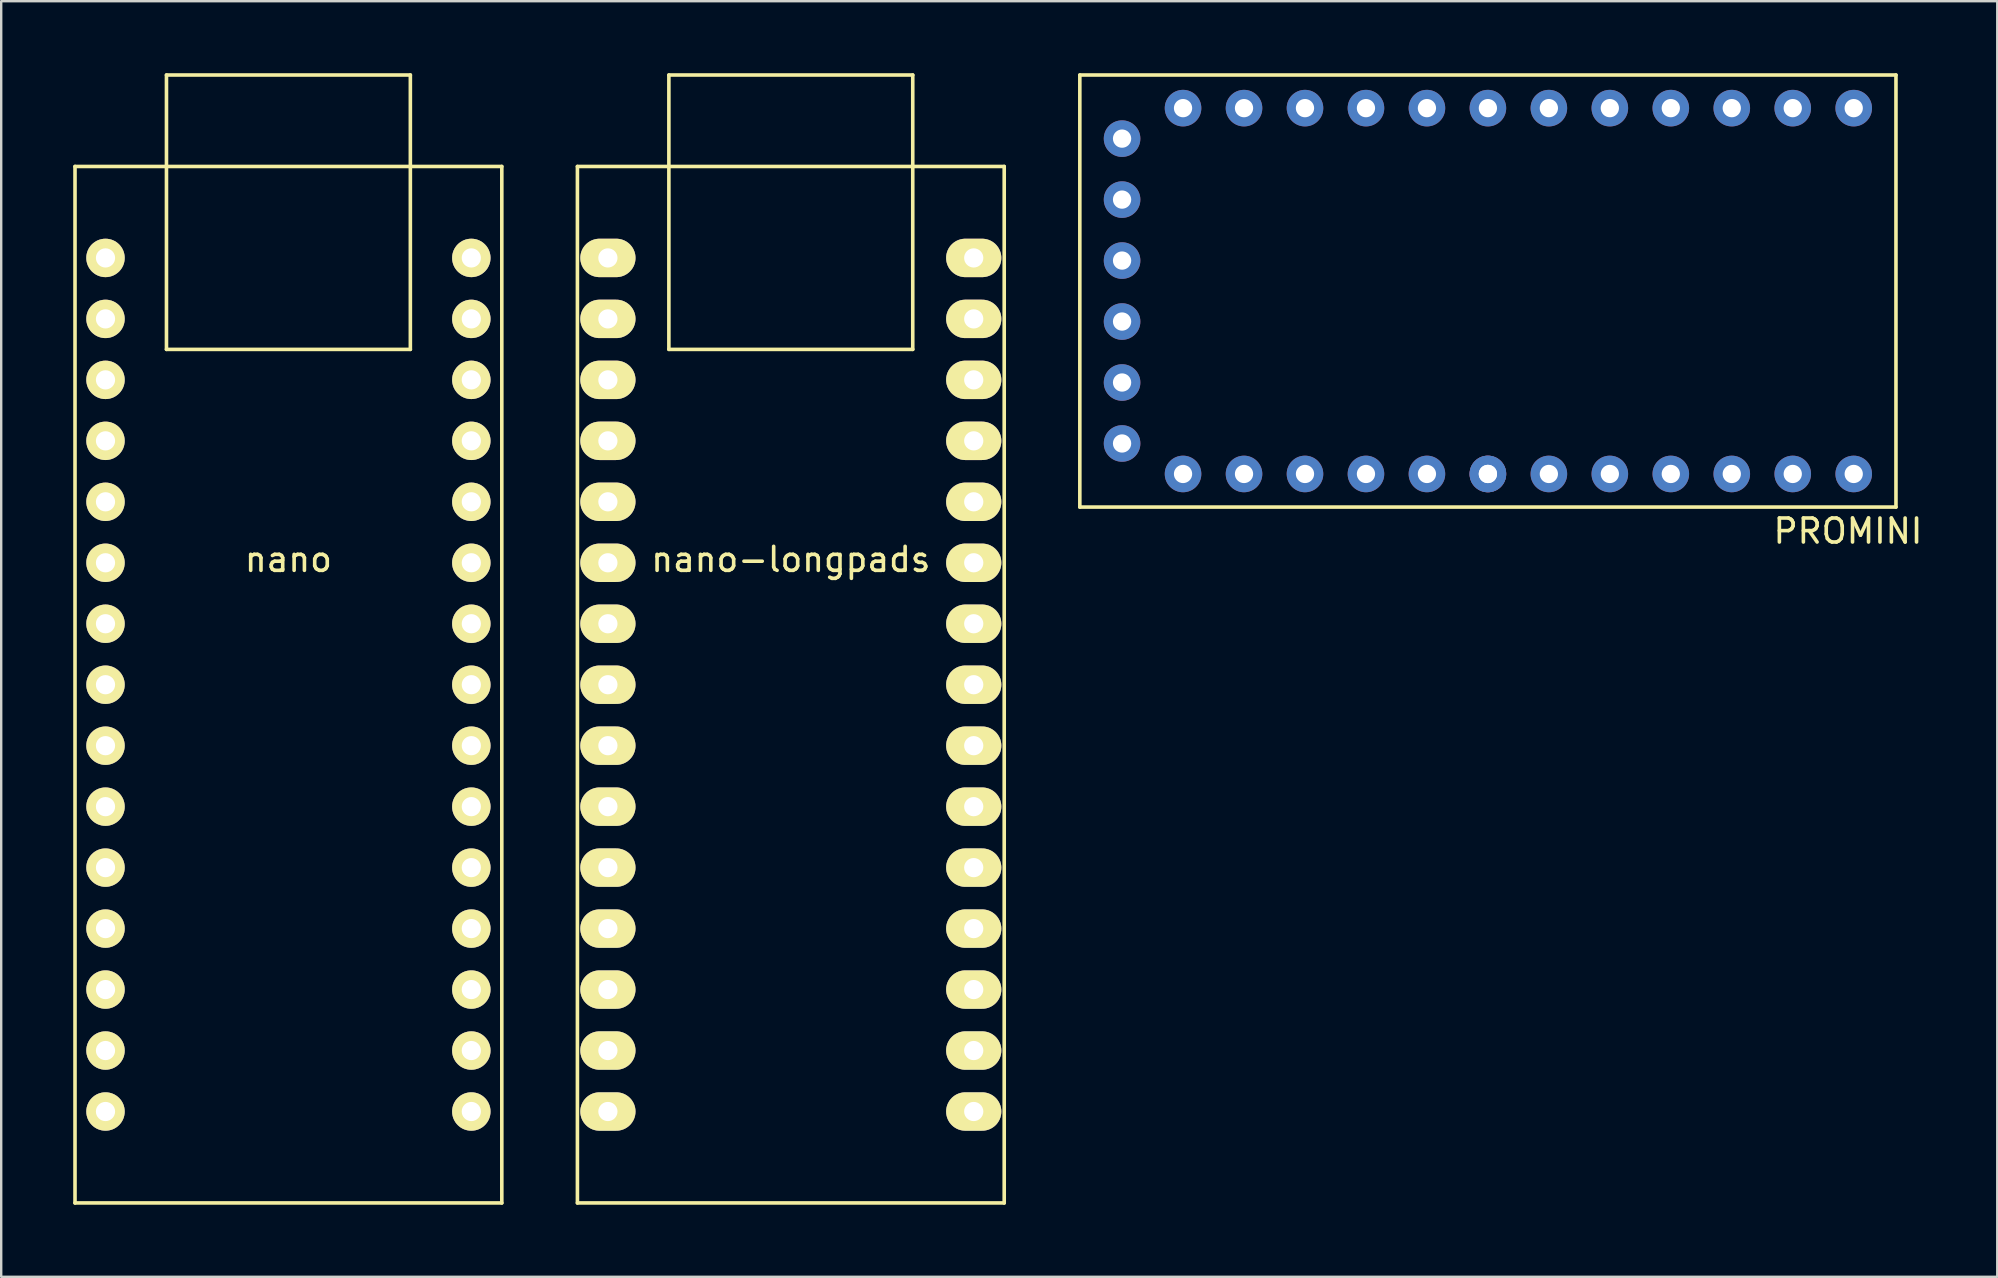
<source format=kicad_pcb>
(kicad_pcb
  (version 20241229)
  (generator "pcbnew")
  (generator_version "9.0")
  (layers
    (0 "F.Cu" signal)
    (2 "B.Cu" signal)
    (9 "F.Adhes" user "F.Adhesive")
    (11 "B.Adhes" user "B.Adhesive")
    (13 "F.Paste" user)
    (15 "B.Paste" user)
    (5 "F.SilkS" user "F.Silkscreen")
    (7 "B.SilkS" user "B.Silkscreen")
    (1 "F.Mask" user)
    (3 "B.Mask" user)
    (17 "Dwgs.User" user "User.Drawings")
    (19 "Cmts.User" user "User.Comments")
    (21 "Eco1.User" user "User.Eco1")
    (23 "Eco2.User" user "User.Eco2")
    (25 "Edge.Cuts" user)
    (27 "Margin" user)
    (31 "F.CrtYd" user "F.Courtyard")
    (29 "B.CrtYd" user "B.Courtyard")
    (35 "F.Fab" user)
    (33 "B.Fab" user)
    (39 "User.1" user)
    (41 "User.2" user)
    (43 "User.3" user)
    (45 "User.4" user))
  (footprint "PROMINI"
    (layer "F.Cu")
    (at 58.935 9.075)
    (property "Reference" "PROMINI" (at 15 10 0) (layer "F.SilkS") (effects (font (size 1 1) (thickness 0.15))))
    (attr through_hole)
    (fp_line (start -17 -9) (end 17 -9) (stroke (width 0.15) (type solid)) (layer "F.SilkS"))
    (fp_line (start -17 9) (end -17 -9) (stroke (width 0.15) (type solid)) (layer "F.SilkS"))
    (fp_line (start 17 -9) (end 17 9) (stroke (width 0.15) (type solid)) (layer "F.SilkS"))
    (fp_line (start 17 9) (end -17 9) (stroke (width 0.15) (type solid)) (layer "F.SilkS"))
    (pad "1" thru_hole circle (at 15.24 -7.62) (size 1.524 1.524) (drill 0.762) (layers "*.Cu" "*.Mask"))
    (pad "2" thru_hole circle (at 12.7 -7.62) (size 1.524 1.524) (drill 0.762) (layers "*.Cu" "*.Mask"))
    (pad "3" thru_hole circle (at 10.16 -7.62) (size 1.524 1.524) (drill 0.762) (layers "*.Cu" "*.Mask"))
    (pad "4" thru_hole circle (at 7.62 -7.62) (size 1.524 1.524) (drill 0.762) (layers "*.Cu" "*.Mask"))
    (pad "5" thru_hole circle (at 5.08 -7.62) (size 1.524 1.524) (drill 0.762) (layers "*.Cu" "*.Mask"))
    (pad "6" thru_hole circle (at 2.54 -7.62) (size 1.524 1.524) (drill 0.762) (layers "*.Cu" "*.Mask"))
    (pad "7" thru_hole circle (at 0 -7.62) (size 1.524 1.524) (drill 0.762) (layers "*.Cu" "*.Mask"))
    (pad "8" thru_hole circle (at -2.54 -7.62) (size 1.524 1.524) (drill 0.762) (layers "*.Cu" "*.Mask"))
    (pad "9" thru_hole circle (at -5.08 -7.62) (size 1.524 1.524) (drill 0.762) (layers "*.Cu" "*.Mask"))
    (pad "10" thru_hole circle (at -7.62 -7.62) (size 1.524 1.524) (drill 0.762) (layers "*.Cu" "*.Mask"))
    (pad "11" thru_hole circle (at -10.16 -7.62) (size 1.524 1.524) (drill 0.762) (layers "*.Cu" "*.Mask"))
    (pad "12" thru_hole circle (at -12.7 -7.62) (size 1.524 1.524) (drill 0.762) (layers "*.Cu" "*.Mask"))
    (pad "13" thru_hole circle (at -15.24 -6.35) (size 1.524 1.524) (drill 0.762) (layers "*.Cu" "*.Mask"))
    (pad "14" thru_hole circle (at -15.24 -3.81) (size 1.524 1.524) (drill 0.762) (layers "*.Cu" "*.Mask"))
    (pad "15" thru_hole circle (at -15.24 -1.27) (size 1.524 1.524) (drill 0.762) (layers "*.Cu" "*.Mask"))
    (pad "16" thru_hole circle (at -15.24 1.27) (size 1.524 1.524) (drill 0.762) (layers "*.Cu" "*.Mask"))
    (pad "17" thru_hole circle (at -15.24 3.81) (size 1.524 1.524) (drill 0.762) (layers "*.Cu" "*.Mask"))
    (pad "18" thru_hole circle (at -15.24 6.35) (size 1.524 1.524) (drill 0.762) (layers "*.Cu" "*.Mask"))
    (pad "19" thru_hole circle (at -12.7 7.62) (size 1.524 1.524) (drill 0.762) (layers "*.Cu" "*.Mask"))
    (pad "20" thru_hole circle (at -10.16 7.62) (size 1.524 1.524) (drill 0.762) (layers "*.Cu" "*.Mask"))
    (pad "21" thru_hole circle (at -7.62 7.62) (size 1.524 1.524) (drill 0.762) (layers "*.Cu" "*.Mask"))
    (pad "22" thru_hole circle (at -5.08 7.62) (size 1.524 1.524) (drill 0.762) (layers "*.Cu" "*.Mask"))
    (pad "23" thru_hole circle (at -2.54 7.62) (size 1.524 1.524) (drill 0.762) (layers "*.Cu" "*.Mask"))
    (pad "24" thru_hole circle (at 0 7.62) (size 1.524 1.524) (drill 0.762) (layers "*.Cu" "*.Mask"))
    (pad "24" thru_hole circle (at 0 7.62) (size 1.524 1.524) (drill 0.762) (layers "*.Cu" "*.Mask"))
    (pad "25" thru_hole circle (at 2.54 7.62) (size 1.524 1.524) (drill 0.762) (layers "*.Cu" "*.Mask"))
    (pad "26" thru_hole circle (at 5.08 7.62) (size 1.524 1.524) (drill 0.762) (layers "*.Cu" "*.Mask"))
    (pad "27" thru_hole circle (at 7.62 7.62) (size 1.524 1.524) (drill 0.762) (layers "*.Cu" "*.Mask"))
    (pad "28" thru_hole circle (at 10.16 7.62) (size 1.524 1.524) (drill 0.762) (layers "*.Cu" "*.Mask"))
    (pad "29" thru_hole circle (at 12.7 7.62) (size 1.524 1.524) (drill 0.762) (layers "*.Cu" "*.Mask"))
    (pad "30" thru_hole circle (at 15.24 7.62) (size 1.524 1.524) (drill 0.762) (layers "*.Cu" "*.Mask")))
  (footprint "nano-longpads"
    (layer "F.Cu")
    (at 29.895 25.475)
    (property "Reference" "nano-longpads" (at 0 -5.22 0) (layer "F.SilkS") (effects (font (size 1 1) (thickness 0.15))))
    (attr through_hole)
    (fp_line (start -8.89 -21.59) (end -8.89 21.59) (stroke (width 0.15) (type solid)) (layer "F.SilkS"))
    (fp_line (start -8.89 21.59) (end 8.89 21.59) (stroke (width 0.15) (type solid)) (layer "F.SilkS"))
    (fp_line (start -5.08 -25.4) (end 5.08 -25.4) (stroke (width 0.15) (type solid)) (layer "F.SilkS"))
    (fp_line (start -5.08 -13.97) (end -5.08 -25.4) (stroke (width 0.15) (type solid)) (layer "F.SilkS"))
    (fp_line (start 5.08 -25.4) (end 5.08 -13.97) (stroke (width 0.15) (type solid)) (layer "F.SilkS"))
    (fp_line (start 5.08 -13.97) (end -5.08 -13.97) (stroke (width 0.15) (type solid)) (layer "F.SilkS"))
    (fp_line (start 8.89 -21.59) (end -8.89 -21.59) (stroke (width 0.15) (type solid)) (layer "F.SilkS"))
    (fp_line (start 8.89 21.59) (end 8.89 -21.59) (stroke (width 0.15) (type solid)) (layer "F.SilkS"))
    (pad "1" thru_hole oval (at -7.62 -17.78) (size 2.3 1.6) (drill 0.8) (layers "*.Cu" "*.Mask" "F.SilkS"))
    (pad "2" thru_hole oval (at -7.62 -15.24) (size 2.3 1.6) (drill 0.8) (layers "*.Cu" "*.Mask" "F.SilkS"))
    (pad "3" thru_hole oval (at -7.62 -12.7) (size 2.3 1.6) (drill 0.8) (layers "*.Cu" "*.Mask" "F.SilkS"))
    (pad "4" thru_hole oval (at -7.62 -10.16) (size 2.3 1.6) (drill 0.8) (layers "*.Cu" "*.Mask" "F.SilkS"))
    (pad "5" thru_hole oval (at -7.62 -7.62) (size 2.3 1.6) (drill 0.8) (layers "*.Cu" "*.Mask" "F.SilkS"))
    (pad "6" thru_hole oval (at -7.62 -5.08) (size 2.3 1.6) (drill 0.8) (layers "*.Cu" "*.Mask" "F.SilkS"))
    (pad "7" thru_hole oval (at -7.62 -2.54) (size 2.3 1.6) (drill 0.8) (layers "*.Cu" "*.Mask" "F.SilkS"))
    (pad "8" thru_hole oval (at -7.62 0) (size 2.3 1.6) (drill 0.8) (layers "*.Cu" "*.Mask" "F.SilkS"))
    (pad "9" thru_hole oval (at -7.62 2.54) (size 2.3 1.6) (drill 0.8) (layers "*.Cu" "*.Mask" "F.SilkS"))
    (pad "10" thru_hole oval (at -7.62 5.08) (size 2.3 1.6) (drill 0.8) (layers "*.Cu" "*.Mask" "F.SilkS"))
    (pad "11" thru_hole oval (at -7.62 7.62) (size 2.3 1.6) (drill 0.8) (layers "*.Cu" "*.Mask" "F.SilkS"))
    (pad "12" thru_hole oval (at -7.62 10.16) (size 2.3 1.6) (drill 0.8) (layers "*.Cu" "*.Mask" "F.SilkS"))
    (pad "13" thru_hole oval (at -7.62 12.7) (size 2.3 1.6) (drill 0.8) (layers "*.Cu" "*.Mask" "F.SilkS"))
    (pad "14" thru_hole oval (at -7.62 15.24) (size 2.3 1.6) (drill 0.8) (layers "*.Cu" "*.Mask" "F.SilkS"))
    (pad "15" thru_hole oval (at -7.62 17.78) (size 2.3 1.6) (drill 0.8) (layers "*.Cu" "*.Mask" "F.SilkS"))
    (pad "16" thru_hole oval (at 7.62 17.78) (size 2.3 1.6) (drill 0.8) (layers "*.Cu" "*.Mask" "F.SilkS"))
    (pad "17" thru_hole oval (at 7.62 15.24) (size 2.3 1.6) (drill 0.8) (layers "*.Cu" "*.Mask" "F.SilkS"))
    (pad "18" thru_hole oval (at 7.62 12.7) (size 2.3 1.6) (drill 0.8) (layers "*.Cu" "*.Mask" "F.SilkS"))
    (pad "19" thru_hole oval (at 7.62 10.16) (size 2.3 1.6) (drill 0.8) (layers "*.Cu" "*.Mask" "F.SilkS"))
    (pad "20" thru_hole oval (at 7.62 7.62) (size 2.3 1.6) (drill 0.8) (layers "*.Cu" "*.Mask" "F.SilkS"))
    (pad "21" thru_hole oval (at 7.62 5.08) (size 2.3 1.6) (drill 0.8) (layers "*.Cu" "*.Mask" "F.SilkS"))
    (pad "22" thru_hole oval (at 7.62 2.54) (size 2.3 1.6) (drill 0.8) (layers "*.Cu" "*.Mask" "F.SilkS"))
    (pad "23" thru_hole oval (at 7.62 0) (size 2.3 1.6) (drill 0.8) (layers "*.Cu" "*.Mask" "F.SilkS"))
    (pad "24" thru_hole oval (at 7.62 -2.54) (size 2.3 1.6) (drill 0.8) (layers "*.Cu" "*.Mask" "F.SilkS"))
    (pad "25" thru_hole oval (at 7.62 -5.08) (size 2.3 1.6) (drill 0.8) (layers "*.Cu" "*.Mask" "F.SilkS"))
    (pad "26" thru_hole oval (at 7.62 -7.62) (size 2.3 1.6) (drill 0.8) (layers "*.Cu" "*.Mask" "F.SilkS"))
    (pad "27" thru_hole oval (at 7.62 -10.16) (size 2.3 1.6) (drill 0.8) (layers "*.Cu" "*.Mask" "F.SilkS"))
    (pad "28" thru_hole oval (at 7.62 -12.7) (size 2.3 1.6) (drill 0.8) (layers "*.Cu" "*.Mask" "F.SilkS"))
    (pad "29" thru_hole oval (at 7.62 -15.24) (size 2.3 1.6) (drill 0.8) (layers "*.Cu" "*.Mask" "F.SilkS"))
    (pad "30" thru_hole oval (at 7.62 -17.78) (size 2.3 1.6) (drill 0.8) (layers "*.Cu" "*.Mask" "F.SilkS")))
  (footprint "nano"
    (layer "F.Cu")
    (at 8.965 25.475)
    (property "Reference" "nano" (at 0 -5.22 0) (layer "F.SilkS") (effects (font (size 1 1) (thickness 0.15))))
    (attr through_hole)
    (fp_line (start -8.89 -21.59) (end -8.89 21.59) (stroke (width 0.15) (type solid)) (layer "F.SilkS"))
    (fp_line (start -8.89 21.59) (end 8.89 21.59) (stroke (width 0.15) (type solid)) (layer "F.SilkS"))
    (fp_line (start -5.08 -25.4) (end 5.08 -25.4) (stroke (width 0.15) (type solid)) (layer "F.SilkS"))
    (fp_line (start -5.08 -13.97) (end -5.08 -25.4) (stroke (width 0.15) (type solid)) (layer "F.SilkS"))
    (fp_line (start 5.08 -25.4) (end 5.08 -13.97) (stroke (width 0.15) (type solid)) (layer "F.SilkS"))
    (fp_line (start 5.08 -13.97) (end -5.08 -13.97) (stroke (width 0.15) (type solid)) (layer "F.SilkS"))
    (fp_line (start 8.89 -21.59) (end -8.89 -21.59) (stroke (width 0.15) (type solid)) (layer "F.SilkS"))
    (fp_line (start 8.89 21.59) (end 8.89 -21.59) (stroke (width 0.15) (type solid)) (layer "F.SilkS"))
    (pad "1" thru_hole oval (at -7.62 -17.78) (size 1.6 1.6) (drill 0.8) (layers "*.Cu" "*.Mask" "F.SilkS"))
    (pad "2" thru_hole oval (at -7.62 -15.24) (size 1.6 1.6) (drill 0.8) (layers "*.Cu" "*.Mask" "F.SilkS"))
    (pad "3" thru_hole oval (at -7.62 -12.7) (size 1.6 1.6) (drill 0.8) (layers "*.Cu" "*.Mask" "F.SilkS"))
    (pad "4" thru_hole oval (at -7.62 -10.16) (size 1.6 1.6) (drill 0.8) (layers "*.Cu" "*.Mask" "F.SilkS"))
    (pad "5" thru_hole oval (at -7.62 -7.62) (size 1.6 1.6) (drill 0.8) (layers "*.Cu" "*.Mask" "F.SilkS"))
    (pad "6" thru_hole oval (at -7.62 -5.08) (size 1.6 1.6) (drill 0.8) (layers "*.Cu" "*.Mask" "F.SilkS"))
    (pad "7" thru_hole oval (at -7.62 -2.54) (size 1.6 1.6) (drill 0.8) (layers "*.Cu" "*.Mask" "F.SilkS"))
    (pad "8" thru_hole oval (at -7.62 0) (size 1.6 1.6) (drill 0.8) (layers "*.Cu" "*.Mask" "F.SilkS"))
    (pad "9" thru_hole oval (at -7.62 2.54) (size 1.6 1.6) (drill 0.8) (layers "*.Cu" "*.Mask" "F.SilkS"))
    (pad "10" thru_hole oval (at -7.62 5.08) (size 1.6 1.6) (drill 0.8) (layers "*.Cu" "*.Mask" "F.SilkS"))
    (pad "11" thru_hole oval (at -7.62 7.62) (size 1.6 1.6) (drill 0.8) (layers "*.Cu" "*.Mask" "F.SilkS"))
    (pad "12" thru_hole oval (at -7.62 10.16) (size 1.6 1.6) (drill 0.8) (layers "*.Cu" "*.Mask" "F.SilkS"))
    (pad "13" thru_hole oval (at -7.62 12.7) (size 1.6 1.6) (drill 0.8) (layers "*.Cu" "*.Mask" "F.SilkS"))
    (pad "14" thru_hole oval (at -7.62 15.24) (size 1.6 1.6) (drill 0.8) (layers "*.Cu" "*.Mask" "F.SilkS"))
    (pad "15" thru_hole oval (at -7.62 17.78) (size 1.6 1.6) (drill 0.8) (layers "*.Cu" "*.Mask" "F.SilkS"))
    (pad "16" thru_hole oval (at 7.62 17.78) (size 1.6 1.6) (drill 0.8) (layers "*.Cu" "*.Mask" "F.SilkS"))
    (pad "17" thru_hole oval (at 7.62 15.24) (size 1.6 1.6) (drill 0.8) (layers "*.Cu" "*.Mask" "F.SilkS"))
    (pad "18" thru_hole oval (at 7.62 12.7) (size 1.6 1.6) (drill 0.8) (layers "*.Cu" "*.Mask" "F.SilkS"))
    (pad "19" thru_hole oval (at 7.62 10.16) (size 1.6 1.6) (drill 0.8) (layers "*.Cu" "*.Mask" "F.SilkS"))
    (pad "20" thru_hole oval (at 7.62 7.62) (size 1.6 1.6) (drill 0.8) (layers "*.Cu" "*.Mask" "F.SilkS"))
    (pad "21" thru_hole oval (at 7.62 5.08) (size 1.6 1.6) (drill 0.8) (layers "*.Cu" "*.Mask" "F.SilkS"))
    (pad "22" thru_hole oval (at 7.62 2.54) (size 1.6 1.6) (drill 0.8) (layers "*.Cu" "*.Mask" "F.SilkS"))
    (pad "23" thru_hole oval (at 7.62 0) (size 1.6 1.6) (drill 0.8) (layers "*.Cu" "*.Mask" "F.SilkS"))
    (pad "24" thru_hole oval (at 7.62 -2.54) (size 1.6 1.6) (drill 0.8) (layers "*.Cu" "*.Mask" "F.SilkS"))
    (pad "25" thru_hole oval (at 7.62 -5.08) (size 1.6 1.6) (drill 0.8) (layers "*.Cu" "*.Mask" "F.SilkS"))
    (pad "26" thru_hole oval (at 7.62 -7.62) (size 1.6 1.6) (drill 0.8) (layers "*.Cu" "*.Mask" "F.SilkS"))
    (pad "27" thru_hole oval (at 7.62 -10.16) (size 1.6 1.6) (drill 0.8) (layers "*.Cu" "*.Mask" "F.SilkS"))
    (pad "28" thru_hole oval (at 7.62 -12.7) (size 1.6 1.6) (drill 0.8) (layers "*.Cu" "*.Mask" "F.SilkS"))
    (pad "29" thru_hole oval (at 7.62 -15.24) (size 1.6 1.6) (drill 0.8) (layers "*.Cu" "*.Mask" "F.SilkS"))
    (pad "30" thru_hole oval (at 7.62 -17.78) (size 1.6 1.6) (drill 0.8) (layers "*.Cu" "*.Mask" "F.SilkS")))
  (gr_rect
    (start -3 -3)
    (end 80.155 50.14)
    (stroke (width 0.1) (type default))
    (fill no)
    (layer "Edge.Cuts")))
</source>
